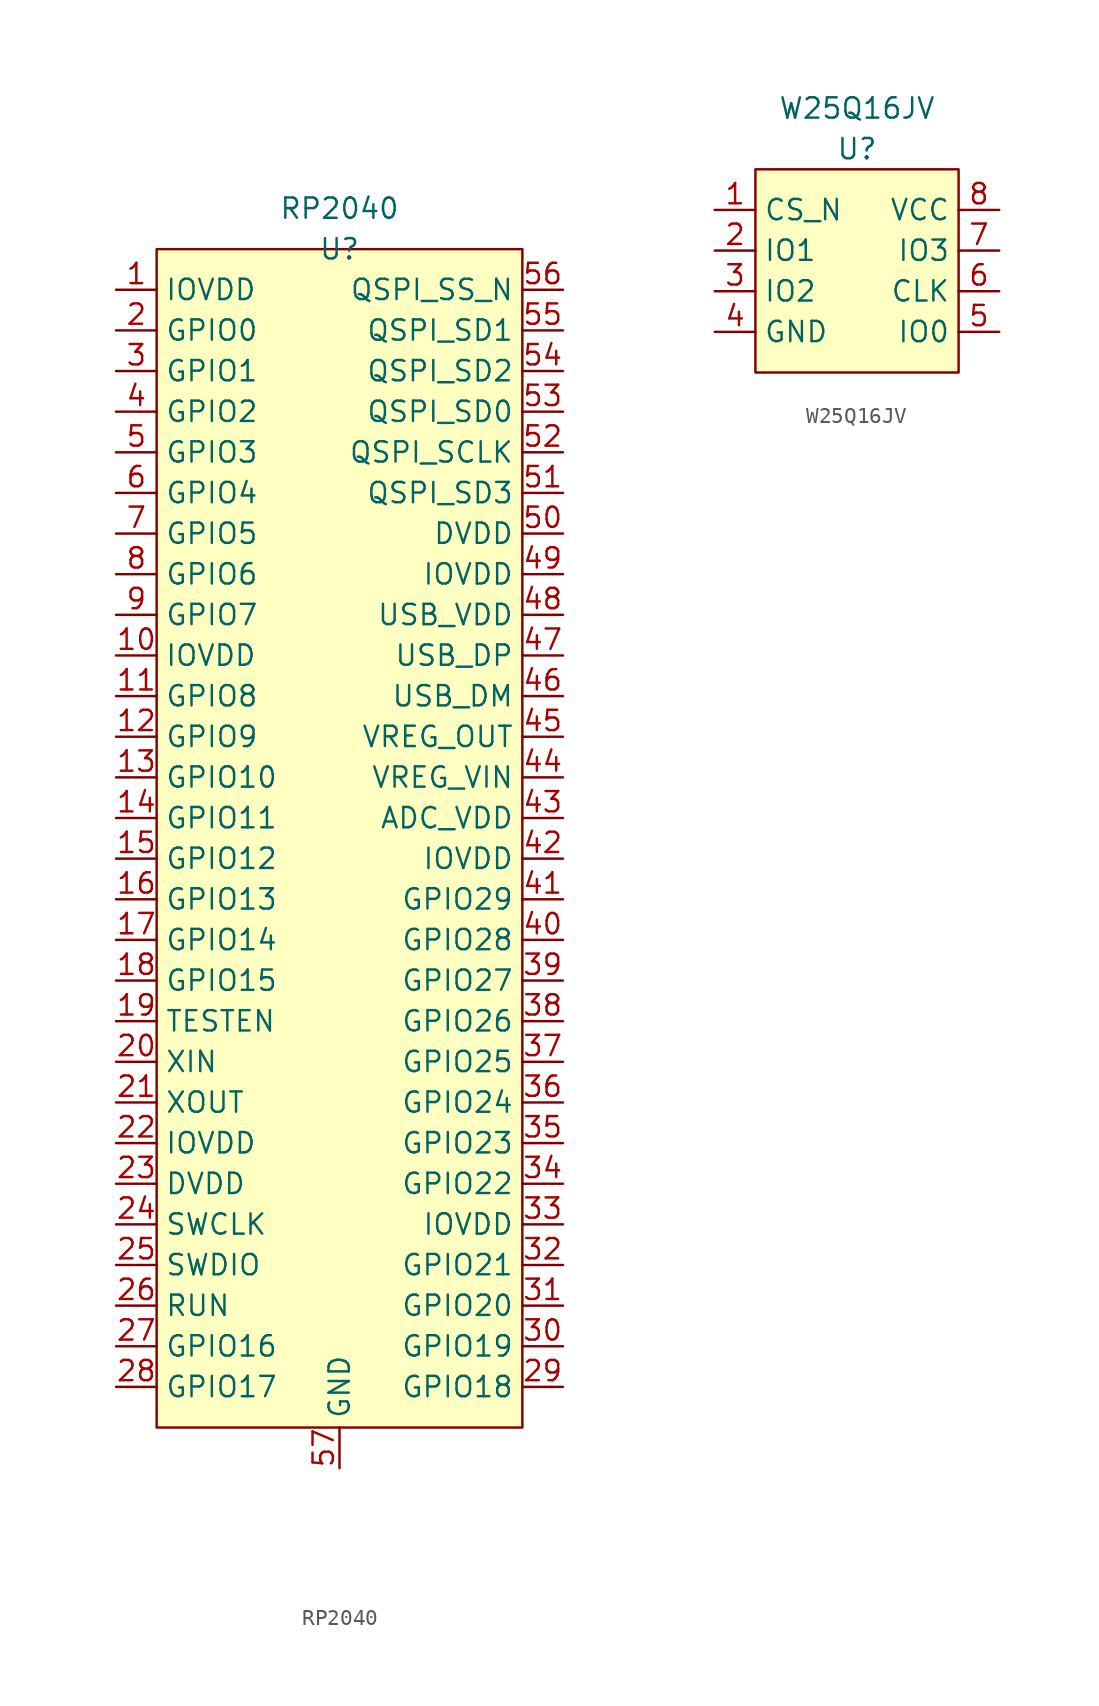
<source format=kicad_sym>
(kicad_symbol_lib
  (version 20211014)
  (generator kicad_symbol_editor)
  (symbol "RP2040"
    (property "Reference" "U"
      (at 0 0 0)
      (effects (font (size 1.27 1.27))))
    (property "Value" "RP2040"
      (at 0 2.54 0)
      (effects (font (size 1.27 1.27))))
    (symbol "RP2040_0_1"
      (rectangle (start -11.43 0) (end 11.43 -73.66) (stroke (width 0) (type default) (color 0 0 0 0)) (fill (type background))))
    (symbol "RP2040_1_1"
      (pin power_in line (at -13.97 -2.54 0) (length 2.54) (name "IOVDD" (effects (font (size 1.27 1.27)))) (number "1" (effects (font (size 1.27 1.27)))))
      (pin power_in line (at -13.97 -25.4 0) (length 2.54) (name "IOVDD" (effects (font (size 1.27 1.27)))) (number "10" (effects (font (size 1.27 1.27)))))
      (pin bidirectional line (at -13.97 -27.94 0) (length 2.54) (name "GPIO8" (effects (font (size 1.27 1.27)))) (number "11" (effects (font (size 1.27 1.27)))))
      (pin bidirectional line (at -13.97 -30.48 0) (length 2.54) (name "GPIO9" (effects (font (size 1.27 1.27)))) (number "12" (effects (font (size 1.27 1.27)))))
      (pin bidirectional line (at -13.97 -33.02 0) (length 2.54) (name "GPIO10" (effects (font (size 1.27 1.27)))) (number "13" (effects (font (size 1.27 1.27)))))
      (pin bidirectional line (at -13.97 -35.56 0) (length 2.54) (name "GPIO11" (effects (font (size 1.27 1.27)))) (number "14" (effects (font (size 1.27 1.27)))))
      (pin bidirectional line (at -13.97 -38.1 0) (length 2.54) (name "GPIO12" (effects (font (size 1.27 1.27)))) (number "15" (effects (font (size 1.27 1.27)))))
      (pin bidirectional line (at -13.97 -40.64 0) (length 2.54) (name "GPIO13" (effects (font (size 1.27 1.27)))) (number "16" (effects (font (size 1.27 1.27)))))
      (pin bidirectional line (at -13.97 -43.18 0) (length 2.54) (name "GPIO14" (effects (font (size 1.27 1.27)))) (number "17" (effects (font (size 1.27 1.27)))))
      (pin bidirectional line (at -13.97 -45.72 0) (length 2.54) (name "GPIO15" (effects (font (size 1.27 1.27)))) (number "18" (effects (font (size 1.27 1.27)))))
      (pin input line (at -13.97 -48.26 0) (length 2.54) (name "TESTEN" (effects (font (size 1.27 1.27)))) (number "19" (effects (font (size 1.27 1.27)))))
      (pin bidirectional line (at -13.97 -5.08 0) (length 2.54) (name "GPIO0" (effects (font (size 1.27 1.27)))) (number "2" (effects (font (size 1.27 1.27)))))
      (pin input line (at -13.97 -50.8 0) (length 2.54) (name "XIN" (effects (font (size 1.27 1.27)))) (number "20" (effects (font (size 1.27 1.27)))))
      (pin input line (at -13.97 -53.34 0) (length 2.54) (name "XOUT" (effects (font (size 1.27 1.27)))) (number "21" (effects (font (size 1.27 1.27)))))
      (pin power_in line (at -13.97 -55.88 0) (length 2.54) (name "IOVDD" (effects (font (size 1.27 1.27)))) (number "22" (effects (font (size 1.27 1.27)))))
      (pin power_in line (at -13.97 -58.42 0) (length 2.54) (name "DVDD" (effects (font (size 1.27 1.27)))) (number "23" (effects (font (size 1.27 1.27)))))
      (pin input line (at -13.97 -60.96 0) (length 2.54) (name "SWCLK" (effects (font (size 1.27 1.27)))) (number "24" (effects (font (size 1.27 1.27)))))
      (pin bidirectional line (at -13.97 -63.5 0) (length 2.54) (name "SWDIO" (effects (font (size 1.27 1.27)))) (number "25" (effects (font (size 1.27 1.27)))))
      (pin input line (at -13.97 -66.04 0) (length 2.54) (name "RUN" (effects (font (size 1.27 1.27)))) (number "26" (effects (font (size 1.27 1.27)))))
      (pin bidirectional line (at -13.97 -68.58 0) (length 2.54) (name "GPIO16" (effects (font (size 1.27 1.27)))) (number "27" (effects (font (size 1.27 1.27)))))
      (pin bidirectional line (at -13.97 -71.12 0) (length 2.54) (name "GPIO17" (effects (font (size 1.27 1.27)))) (number "28" (effects (font (size 1.27 1.27)))))
      (pin bidirectional line (at 13.97 -71.12 180) (length 2.54) (name "GPIO18" (effects (font (size 1.27 1.27)))) (number "29" (effects (font (size 1.27 1.27)))))
      (pin bidirectional line (at -13.97 -7.62 0) (length 2.54) (name "GPIO1" (effects (font (size 1.27 1.27)))) (number "3" (effects (font (size 1.27 1.27)))))
      (pin bidirectional line (at 13.97 -68.58 180) (length 2.54) (name "GPIO19" (effects (font (size 1.27 1.27)))) (number "30" (effects (font (size 1.27 1.27)))))
      (pin bidirectional line (at 13.97 -66.04 180) (length 2.54) (name "GPIO20" (effects (font (size 1.27 1.27)))) (number "31" (effects (font (size 1.27 1.27)))))
      (pin bidirectional line (at 13.97 -63.5 180) (length 2.54) (name "GPIO21" (effects (font (size 1.27 1.27)))) (number "32" (effects (font (size 1.27 1.27)))))
      (pin power_in line (at 13.97 -60.96 180) (length 2.54) (name "IOVDD" (effects (font (size 1.27 1.27)))) (number "33" (effects (font (size 1.27 1.27)))))
      (pin bidirectional line (at 13.97 -58.42 180) (length 2.54) (name "GPIO22" (effects (font (size 1.27 1.27)))) (number "34" (effects (font (size 1.27 1.27)))))
      (pin bidirectional line (at 13.97 -55.88 180) (length 2.54) (name "GPIO23" (effects (font (size 1.27 1.27)))) (number "35" (effects (font (size 1.27 1.27)))))
      (pin bidirectional line (at 13.97 -53.34 180) (length 2.54) (name "GPIO24" (effects (font (size 1.27 1.27)))) (number "36" (effects (font (size 1.27 1.27)))))
      (pin bidirectional line (at 13.97 -50.8 180) (length 2.54) (name "GPIO25" (effects (font (size 1.27 1.27)))) (number "37" (effects (font (size 1.27 1.27)))))
      (pin bidirectional line (at 13.97 -48.26 180) (length 2.54) (name "GPIO26" (effects (font (size 1.27 1.27)))) (number "38" (effects (font (size 1.27 1.27)))))
      (pin bidirectional line (at 13.97 -45.72 180) (length 2.54) (name "GPIO27" (effects (font (size 1.27 1.27)))) (number "39" (effects (font (size 1.27 1.27)))))
      (pin bidirectional line (at -13.97 -10.16 0) (length 2.54) (name "GPIO2" (effects (font (size 1.27 1.27)))) (number "4" (effects (font (size 1.27 1.27)))))
      (pin bidirectional line (at 13.97 -43.18 180) (length 2.54) (name "GPIO28" (effects (font (size 1.27 1.27)))) (number "40" (effects (font (size 1.27 1.27)))))
      (pin bidirectional line (at 13.97 -40.64 180) (length 2.54) (name "GPIO29" (effects (font (size 1.27 1.27)))) (number "41" (effects (font (size 1.27 1.27)))))
      (pin power_in line (at 13.97 -38.1 180) (length 2.54) (name "IOVDD" (effects (font (size 1.27 1.27)))) (number "42" (effects (font (size 1.27 1.27)))))
      (pin power_in line (at 13.97 -35.56 180) (length 2.54) (name "ADC_VDD" (effects (font (size 1.27 1.27)))) (number "43" (effects (font (size 1.27 1.27)))))
      (pin power_in line (at 13.97 -33.02 180) (length 2.54) (name "VREG_VIN" (effects (font (size 1.27 1.27)))) (number "44" (effects (font (size 1.27 1.27)))))
      (pin power_out line (at 13.97 -30.48 180) (length 2.54) (name "VREG_OUT" (effects (font (size 1.27 1.27)))) (number "45" (effects (font (size 1.27 1.27)))))
      (pin bidirectional line (at 13.97 -27.94 180) (length 2.54) (name "USB_DM" (effects (font (size 1.27 1.27)))) (number "46" (effects (font (size 1.27 1.27)))))
      (pin bidirectional line (at 13.97 -25.4 180) (length 2.54) (name "USB_DP" (effects (font (size 1.27 1.27)))) (number "47" (effects (font (size 1.27 1.27)))))
      (pin power_in line (at 13.97 -22.86 180) (length 2.54) (name "USB_VDD" (effects (font (size 1.27 1.27)))) (number "48" (effects (font (size 1.27 1.27)))))
      (pin power_in line (at 13.97 -20.32 180) (length 2.54) (name "IOVDD" (effects (font (size 1.27 1.27)))) (number "49" (effects (font (size 1.27 1.27)))))
      (pin bidirectional line (at -13.97 -12.7 0) (length 2.54) (name "GPIO3" (effects (font (size 1.27 1.27)))) (number "5" (effects (font (size 1.27 1.27)))))
      (pin power_in line (at 13.97 -17.78 180) (length 2.54) (name "DVDD" (effects (font (size 1.27 1.27)))) (number "50" (effects (font (size 1.27 1.27)))))
      (pin bidirectional line (at 13.97 -15.24 180) (length 2.54) (name "QSPI_SD3" (effects (font (size 1.27 1.27)))) (number "51" (effects (font (size 1.27 1.27)))))
      (pin output line (at 13.97 -12.7 180) (length 2.54) (name "QSPI_SCLK" (effects (font (size 1.27 1.27)))) (number "52" (effects (font (size 1.27 1.27)))))
      (pin bidirectional line (at 13.97 -10.16 180) (length 2.54) (name "QSPI_SD0" (effects (font (size 1.27 1.27)))) (number "53" (effects (font (size 1.27 1.27)))))
      (pin bidirectional line (at 13.97 -7.62 180) (length 2.54) (name "QSPI_SD2" (effects (font (size 1.27 1.27)))) (number "54" (effects (font (size 1.27 1.27)))))
      (pin bidirectional line (at 13.97 -5.08 180) (length 2.54) (name "QSPI_SD1" (effects (font (size 1.27 1.27)))) (number "55" (effects (font (size 1.27 1.27)))))
      (pin output line (at 13.97 -2.54 180) (length 2.54) (name "QSPI_SS_N" (effects (font (size 1.27 1.27)))) (number "56" (effects (font (size 1.27 1.27)))))
      (pin power_out line (at 0 -76.2 90) (length 2.54) (name "GND" (effects (font (size 1.27 1.27)))) (number "57" (effects (font (size 1.27 1.27)))))
      (pin bidirectional line (at -13.97 -15.24 0) (length 2.54) (name "GPIO4" (effects (font (size 1.27 1.27)))) (number "6" (effects (font (size 1.27 1.27)))))
      (pin bidirectional line (at -13.97 -17.78 0) (length 2.54) (name "GPIO5" (effects (font (size 1.27 1.27)))) (number "7" (effects (font (size 1.27 1.27)))))
      (pin bidirectional line (at -13.97 -20.32 0) (length 2.54) (name "GPIO6" (effects (font (size 1.27 1.27)))) (number "8" (effects (font (size 1.27 1.27)))))
      (pin bidirectional line (at -13.97 -22.86 0) (length 2.54) (name "GPIO7" (effects (font (size 1.27 1.27)))) (number "9" (effects (font (size 1.27 1.27)))))))
  (symbol "W25Q16JV"
    (property "Reference" "U"
      (at 0 0 0)
      (effects (font (size 1.27 1.27))))
    (property "Value" "W25Q16JV"
      (at 0 2.54 0)
      (effects (font (size 1.27 1.27))))
    (symbol "W25Q16JV_0_1"
      (rectangle (start -6.35 -1.27) (end 6.35 -13.97) (stroke (width 0) (type default) (color 0 0 0 0)) (fill (type background))))
    (symbol "W25Q16JV_1_1"
      (pin input line (at -8.89 -3.81 0) (length 2.54) (name "CS_N" (effects (font (size 1.27 1.27)))) (number "1" (effects (font (size 1.27 1.27)))))
      (pin bidirectional line (at -8.89 -6.35 0) (length 2.54) (name "IO1" (effects (font (size 1.27 1.27)))) (number "2" (effects (font (size 1.27 1.27)))))
      (pin bidirectional line (at -8.89 -8.89 0) (length 2.54) (name "IO2" (effects (font (size 1.27 1.27)))) (number "3" (effects (font (size 1.27 1.27)))))
      (pin power_out line (at -8.89 -11.43 0) (length 2.54) (name "GND" (effects (font (size 1.27 1.27)))) (number "4" (effects (font (size 1.27 1.27)))))
      (pin bidirectional line (at 8.89 -11.43 180) (length 2.54) (name "IO0" (effects (font (size 1.27 1.27)))) (number "5" (effects (font (size 1.27 1.27)))))
      (pin input line (at 8.89 -8.89 180) (length 2.54) (name "CLK" (effects (font (size 1.27 1.27)))) (number "6" (effects (font (size 1.27 1.27)))))
      (pin bidirectional line (at 8.89 -6.35 180) (length 2.54) (name "IO3" (effects (font (size 1.27 1.27)))) (number "7" (effects (font (size 1.27 1.27)))))
      (pin power_in line (at 8.89 -3.81 180) (length 2.54) (name "VCC" (effects (font (size 1.27 1.27)))) (number "8" (effects (font (size 1.27 1.27))))))))
</source>
